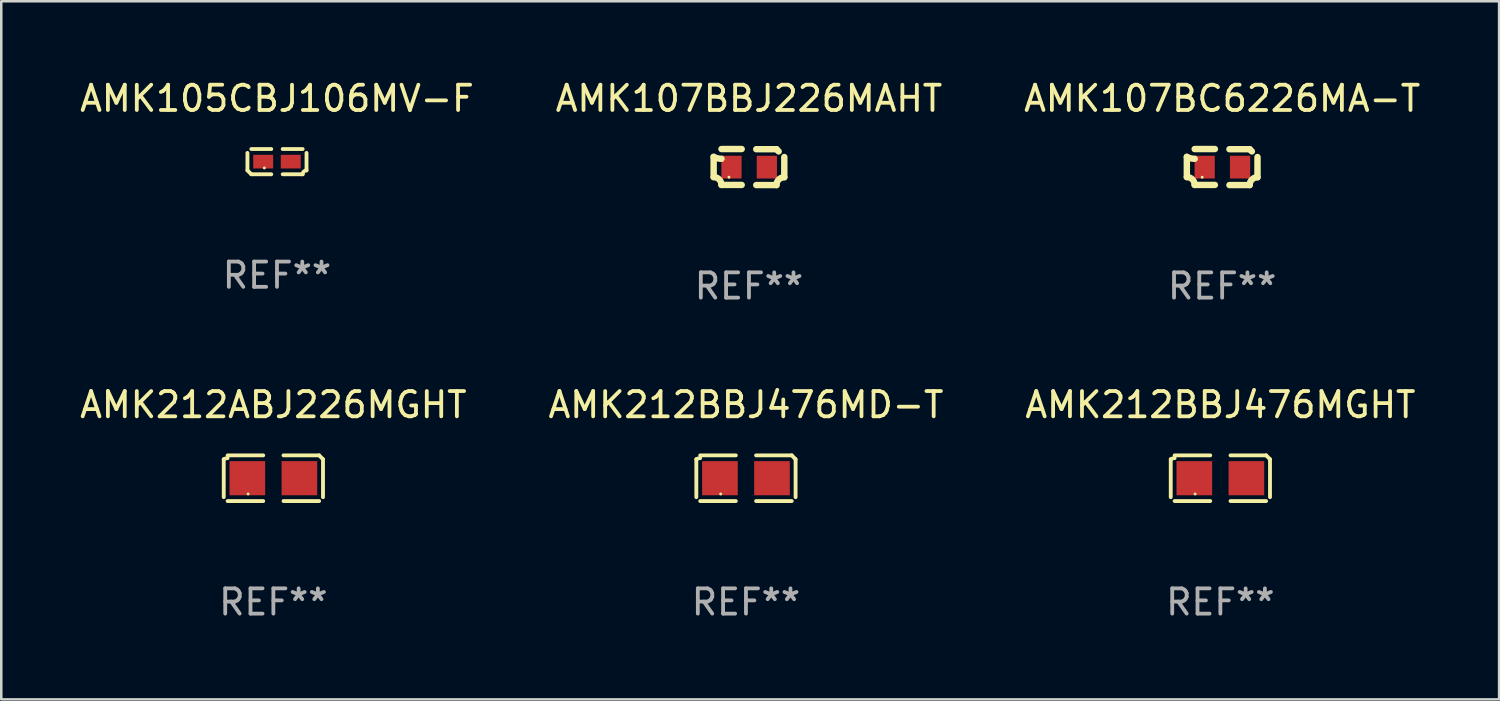
<source format=kicad_pcb>
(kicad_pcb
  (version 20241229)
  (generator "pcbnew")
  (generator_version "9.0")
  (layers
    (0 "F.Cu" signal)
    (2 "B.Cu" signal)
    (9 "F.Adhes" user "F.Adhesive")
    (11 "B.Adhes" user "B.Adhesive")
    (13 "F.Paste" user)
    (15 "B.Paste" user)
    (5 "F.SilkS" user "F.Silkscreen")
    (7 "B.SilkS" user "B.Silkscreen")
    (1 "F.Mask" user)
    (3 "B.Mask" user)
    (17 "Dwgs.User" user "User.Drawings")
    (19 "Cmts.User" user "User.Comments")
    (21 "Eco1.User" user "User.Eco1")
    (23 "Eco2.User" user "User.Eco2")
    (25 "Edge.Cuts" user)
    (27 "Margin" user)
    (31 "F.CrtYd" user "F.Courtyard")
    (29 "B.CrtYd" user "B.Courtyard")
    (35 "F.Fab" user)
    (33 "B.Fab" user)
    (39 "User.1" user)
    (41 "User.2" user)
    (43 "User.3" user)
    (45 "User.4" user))
  (footprint "AMK212BBJ476MGHT"
    (layer "F.Cu")
    (at 45.244 15.874)
    (property "Reference" "AMK212BBJ476MGHT" (at 0 -2.904 0) (layer "F.SilkS") (effects (font (size 1 1) (thickness 0.15))))
    (attr through_hole)
    (fp_line (start -1.964 0.751) (end -1.964 -0.751) (stroke (width 0.152) (type solid)) (layer "F.SilkS"))
    (fp_line (start -1.811 -0.904) (end -0.401 -0.904) (stroke (width 0.152) (type solid)) (layer "F.SilkS"))
    (fp_line (start -0.401 0.904) (end -1.811 0.904) (stroke (width 0.152) (type solid)) (layer "F.SilkS"))
    (fp_line (start 0.401 0.904) (end 1.811 0.904) (stroke (width 0.152) (type solid)) (layer "F.SilkS"))
    (fp_line (start 1.811 -0.904) (end 0.401 -0.904) (stroke (width 0.152) (type solid)) (layer "F.SilkS"))
    (fp_line (start 1.964 0.751) (end 1.964 -0.751) (stroke (width 0.152) (type solid)) (layer "F.SilkS"))
    (fp_arc (start -1.963602 -0.751207) (mid -1.890354 -0.783131) (end -1.811201 -0.794044) (stroke (width 0.1524) (type solid)) (layer "F.SilkS"))
    (fp_arc (start 1.811202 -0.903607) (mid 1.887413 -0.827418) (end 1.963602 -0.751207) (stroke (width 0.1524) (type solid)) (layer "F.SilkS"))
    (fp_circle (center -1 0.625) (end -0.97 0.625) (stroke (width 0.06) (type solid)) (fill no) (layer "F.SilkS"))
    (fp_text user "REF**" (at 0 4.904 0) (layer "F.Fab") (effects (font (size 1 1) (thickness 0.15))))
    (pad "1" smd rect (at -1.03 0) (size 1.41 1.35) (layers "F.Cu" "F.Mask" "F.Paste"))
    (pad "2" smd rect (at 1.03 0) (size 1.41 1.35) (layers "F.Cu" "F.Mask" "F.Paste")))
  (footprint "AMK107BBJ226MAHT"
    (layer "F.Cu")
    (at 26.589 3.561)
    (property "Reference" "AMK107BBJ226MAHT" (at 0 -2.713 0) (layer "F.SilkS") (effects (font (size 1 1) (thickness 0.15))))
    (attr through_hole)
    (fp_line (start -1.398 -0.403) (end -1.398 0.397) (stroke (width 0.254) (type solid)) (layer "F.SilkS"))
    (fp_line (start -0.288 -0.713) (end -1.088 -0.713) (stroke (width 0.254) (type solid)) (layer "F.SilkS"))
    (fp_line (start -0.288 0.707) (end -1.088 0.707) (stroke (width 0.254) (type solid)) (layer "F.SilkS"))
    (fp_line (start 0.288 -0.707) (end 1.088 -0.707) (stroke (width 0.254) (type solid)) (layer "F.SilkS"))
    (fp_line (start 0.288 0.713) (end 1.088 0.713) (stroke (width 0.254) (type solid)) (layer "F.SilkS"))
    (fp_line (start 1.398 -0.397) (end 1.398 0.403) (stroke (width 0.254) (type solid)) (layer "F.SilkS"))
    (fp_arc (start -1.397789 0.397066) (mid -1.178701 0.487826) (end -1.08796 0.706922) (stroke (width 0.254001) (type solid)) (layer "F.SilkS"))
    (fp_arc (start -1.08796 -0.327176) (mid -1.247436 -0.346384) (end -1.39779 -0.402908) (stroke (width 0.254001) (type solid)) (layer "F.SilkS"))
    (fp_arc (start 1.087909 0.712738) (mid 1.178656 0.493655) (end 1.397739 0.402908) (stroke (width 0.254001) (type solid)) (layer "F.SilkS"))
    (fp_arc (start 1.175925 -0.618926) (mid 1.131917 -0.662923) (end 1.08791 -0.706922) (stroke (width 0.254001) (type solid)) (layer "F.SilkS"))
    (fp_circle (center -0.792 0.403) (end -0.762 0.403) (stroke (width 0.06) (type solid)) (fill no) (layer "F.SilkS"))
    (fp_text user "REF**" (at 0 4.713 0) (layer "F.Fab") (effects (font (size 1 1) (thickness 0.15))))
    (pad "1" smd rect (at -0.692 0.003) (size 0.8 0.9) (layers "F.Cu" "F.Mask" "F.Paste"))
    (pad "2" smd rect (at 0.708 0.003) (size 0.8 0.9) (layers "F.Cu" "F.Mask" "F.Paste")))
  (footprint "AMK212BBJ476MD-T"
    (layer "F.Cu")
    (at 26.47 15.874)
    (property "Reference" "AMK212BBJ476MD-T" (at 0 -2.904 0) (layer "F.SilkS") (effects (font (size 1 1) (thickness 0.15))))
    (attr through_hole)
    (fp_line (start -1.964 0.751) (end -1.964 -0.751) (stroke (width 0.152) (type solid)) (layer "F.SilkS"))
    (fp_line (start -1.811 -0.904) (end -0.401 -0.904) (stroke (width 0.152) (type solid)) (layer "F.SilkS"))
    (fp_line (start -0.401 0.904) (end -1.811 0.904) (stroke (width 0.152) (type solid)) (layer "F.SilkS"))
    (fp_line (start 0.401 0.904) (end 1.811 0.904) (stroke (width 0.152) (type solid)) (layer "F.SilkS"))
    (fp_line (start 1.811 -0.904) (end 0.401 -0.904) (stroke (width 0.152) (type solid)) (layer "F.SilkS"))
    (fp_line (start 1.964 0.751) (end 1.964 -0.751) (stroke (width 0.152) (type solid)) (layer "F.SilkS"))
    (fp_arc (start -1.963602 -0.751207) (mid -1.890354 -0.783131) (end -1.811201 -0.794044) (stroke (width 0.1524) (type solid)) (layer "F.SilkS"))
    (fp_arc (start 1.811202 -0.903607) (mid 1.887413 -0.827418) (end 1.963602 -0.751207) (stroke (width 0.1524) (type solid)) (layer "F.SilkS"))
    (fp_circle (center -1 0.625) (end -0.97 0.625) (stroke (width 0.06) (type solid)) (fill no) (layer "F.SilkS"))
    (fp_text user "REF**" (at 0 4.904 0) (layer "F.Fab") (effects (font (size 1 1) (thickness 0.15))))
    (pad "1" smd rect (at -1.03 0) (size 1.41 1.35) (layers "F.Cu" "F.Mask" "F.Paste"))
    (pad "2" smd rect (at 1.03 0) (size 1.41 1.35) (layers "F.Cu" "F.Mask" "F.Paste")))
  (footprint "AMK105CBJ106MV-F"
    (layer "F.Cu")
    (at 7.911 3.347)
    (property "Reference" "AMK105CBJ106MV-F" (at 0 -2.499 0) (layer "F.SilkS") (effects (font (size 1 1) (thickness 0.15))))
    (attr through_hole)
    (fp_line (start -1.169 0.346) (end -1.169 -0.346) (stroke (width 0.152) (type solid)) (layer "F.SilkS"))
    (fp_line (start -1.016 -0.499) (end -0.226 -0.499) (stroke (width 0.152) (type solid)) (layer "F.SilkS"))
    (fp_line (start -0.226 0.499) (end -1.016 0.499) (stroke (width 0.152) (type solid)) (layer "F.SilkS"))
    (fp_line (start 0.226 0.499) (end 1.016 0.499) (stroke (width 0.152) (type solid)) (layer "F.SilkS"))
    (fp_line (start 1.016 -0.499) (end 0.226 -0.499) (stroke (width 0.152) (type solid)) (layer "F.SilkS"))
    (fp_line (start 1.169 0.346) (end 1.169 -0.346) (stroke (width 0.152) (type solid)) (layer "F.SilkS"))
    (fp_arc (start -1.016307 0.498603) (mid -1.092512 0.422405) (end -1.16871 0.3462) (stroke (width 0.1524) (type solid)) (layer "F.SilkS"))
    (fp_arc (start 1.016307 0.498603) (mid 1.060899 0.390758) (end 1.168707 0.346076) (stroke (width 0.1524) (type solid)) (layer "F.SilkS"))
    (fp_circle (center -0.5 0.25) (end -0.47 0.25) (stroke (width 0.06) (type solid)) (fill no) (layer "F.SilkS"))
    (fp_text user "REF**" (at 0 4.499 0) (layer "F.Fab") (effects (font (size 1 1) (thickness 0.15))))
    (pad "1" smd rect (at -0.545 0) (size 0.79 0.54) (layers "F.Cu" "F.Mask" "F.Paste"))
    (pad "2" smd rect (at 0.545 0) (size 0.79 0.54) (layers "F.Cu" "F.Mask" "F.Paste")))
  (footprint "AMK107BC6226MA-T"
    (layer "F.Cu")
    (at 45.315 3.561)
    (property "Reference" "AMK107BC6226MA-T" (at 0 -2.713 0) (layer "F.SilkS") (effects (font (size 1 1) (thickness 0.15))))
    (attr through_hole)
    (fp_line (start -1.398 -0.403) (end -1.398 0.397) (stroke (width 0.254) (type solid)) (layer "F.SilkS"))
    (fp_line (start -0.288 -0.713) (end -1.088 -0.713) (stroke (width 0.254) (type solid)) (layer "F.SilkS"))
    (fp_line (start -0.288 0.707) (end -1.088 0.707) (stroke (width 0.254) (type solid)) (layer "F.SilkS"))
    (fp_line (start 0.288 -0.707) (end 1.088 -0.707) (stroke (width 0.254) (type solid)) (layer "F.SilkS"))
    (fp_line (start 0.288 0.713) (end 1.088 0.713) (stroke (width 0.254) (type solid)) (layer "F.SilkS"))
    (fp_line (start 1.398 -0.397) (end 1.398 0.403) (stroke (width 0.254) (type solid)) (layer "F.SilkS"))
    (fp_arc (start -1.397789 0.397066) (mid -1.178701 0.487826) (end -1.08796 0.706922) (stroke (width 0.254001) (type solid)) (layer "F.SilkS"))
    (fp_arc (start -1.08796 -0.327176) (mid -1.247436 -0.346384) (end -1.39779 -0.402908) (stroke (width 0.254001) (type solid)) (layer "F.SilkS"))
    (fp_arc (start 1.087909 0.712738) (mid 1.178656 0.493655) (end 1.397739 0.402908) (stroke (width 0.254001) (type solid)) (layer "F.SilkS"))
    (fp_arc (start 1.175925 -0.618926) (mid 1.131917 -0.662923) (end 1.08791 -0.706922) (stroke (width 0.254001) (type solid)) (layer "F.SilkS"))
    (fp_circle (center -0.792 0.403) (end -0.762 0.403) (stroke (width 0.06) (type solid)) (fill no) (layer "F.SilkS"))
    (fp_text user "REF**" (at 0 4.713 0) (layer "F.Fab") (effects (font (size 1 1) (thickness 0.15))))
    (pad "1" smd rect (at -0.692 0.003) (size 0.8 0.9) (layers "F.Cu" "F.Mask" "F.Paste"))
    (pad "2" smd rect (at 0.708 0.003) (size 0.8 0.9) (layers "F.Cu" "F.Mask" "F.Paste")))
  (footprint "AMK212ABJ226MGHT"
    (layer "F.Cu")
    (at 7.768 15.874)
    (property "Reference" "AMK212ABJ226MGHT" (at 0 -2.904 0) (layer "F.SilkS") (effects (font (size 1 1) (thickness 0.15))))
    (attr through_hole)
    (fp_line (start -1.964 0.751) (end -1.964 -0.751) (stroke (width 0.152) (type solid)) (layer "F.SilkS"))
    (fp_line (start -1.811 -0.904) (end -0.401 -0.904) (stroke (width 0.152) (type solid)) (layer "F.SilkS"))
    (fp_line (start -0.401 0.904) (end -1.811 0.904) (stroke (width 0.152) (type solid)) (layer "F.SilkS"))
    (fp_line (start 0.401 0.904) (end 1.811 0.904) (stroke (width 0.152) (type solid)) (layer "F.SilkS"))
    (fp_line (start 1.811 -0.904) (end 0.401 -0.904) (stroke (width 0.152) (type solid)) (layer "F.SilkS"))
    (fp_line (start 1.964 0.751) (end 1.964 -0.751) (stroke (width 0.152) (type solid)) (layer "F.SilkS"))
    (fp_arc (start -1.963602 -0.751207) (mid -1.890354 -0.783131) (end -1.811201 -0.794044) (stroke (width 0.1524) (type solid)) (layer "F.SilkS"))
    (fp_arc (start 1.811202 -0.903607) (mid 1.887413 -0.827418) (end 1.963602 -0.751207) (stroke (width 0.1524) (type solid)) (layer "F.SilkS"))
    (fp_circle (center -1 0.625) (end -0.97 0.625) (stroke (width 0.06) (type solid)) (fill no) (layer "F.SilkS"))
    (fp_text user "REF**" (at 0 4.904 0) (layer "F.Fab") (effects (font (size 1 1) (thickness 0.15))))
    (pad "1" smd rect (at -1.03 0) (size 1.41 1.35) (layers "F.Cu" "F.Mask" "F.Paste"))
    (pad "2" smd rect (at 1.03 0) (size 1.41 1.35) (layers "F.Cu" "F.Mask" "F.Paste")))
  (gr_rect
    (start -3 -3)
    (end 56.274 24.626)
    (stroke (width 0.1) (type default))
    (fill no)
    (layer "Edge.Cuts")))
</source>
